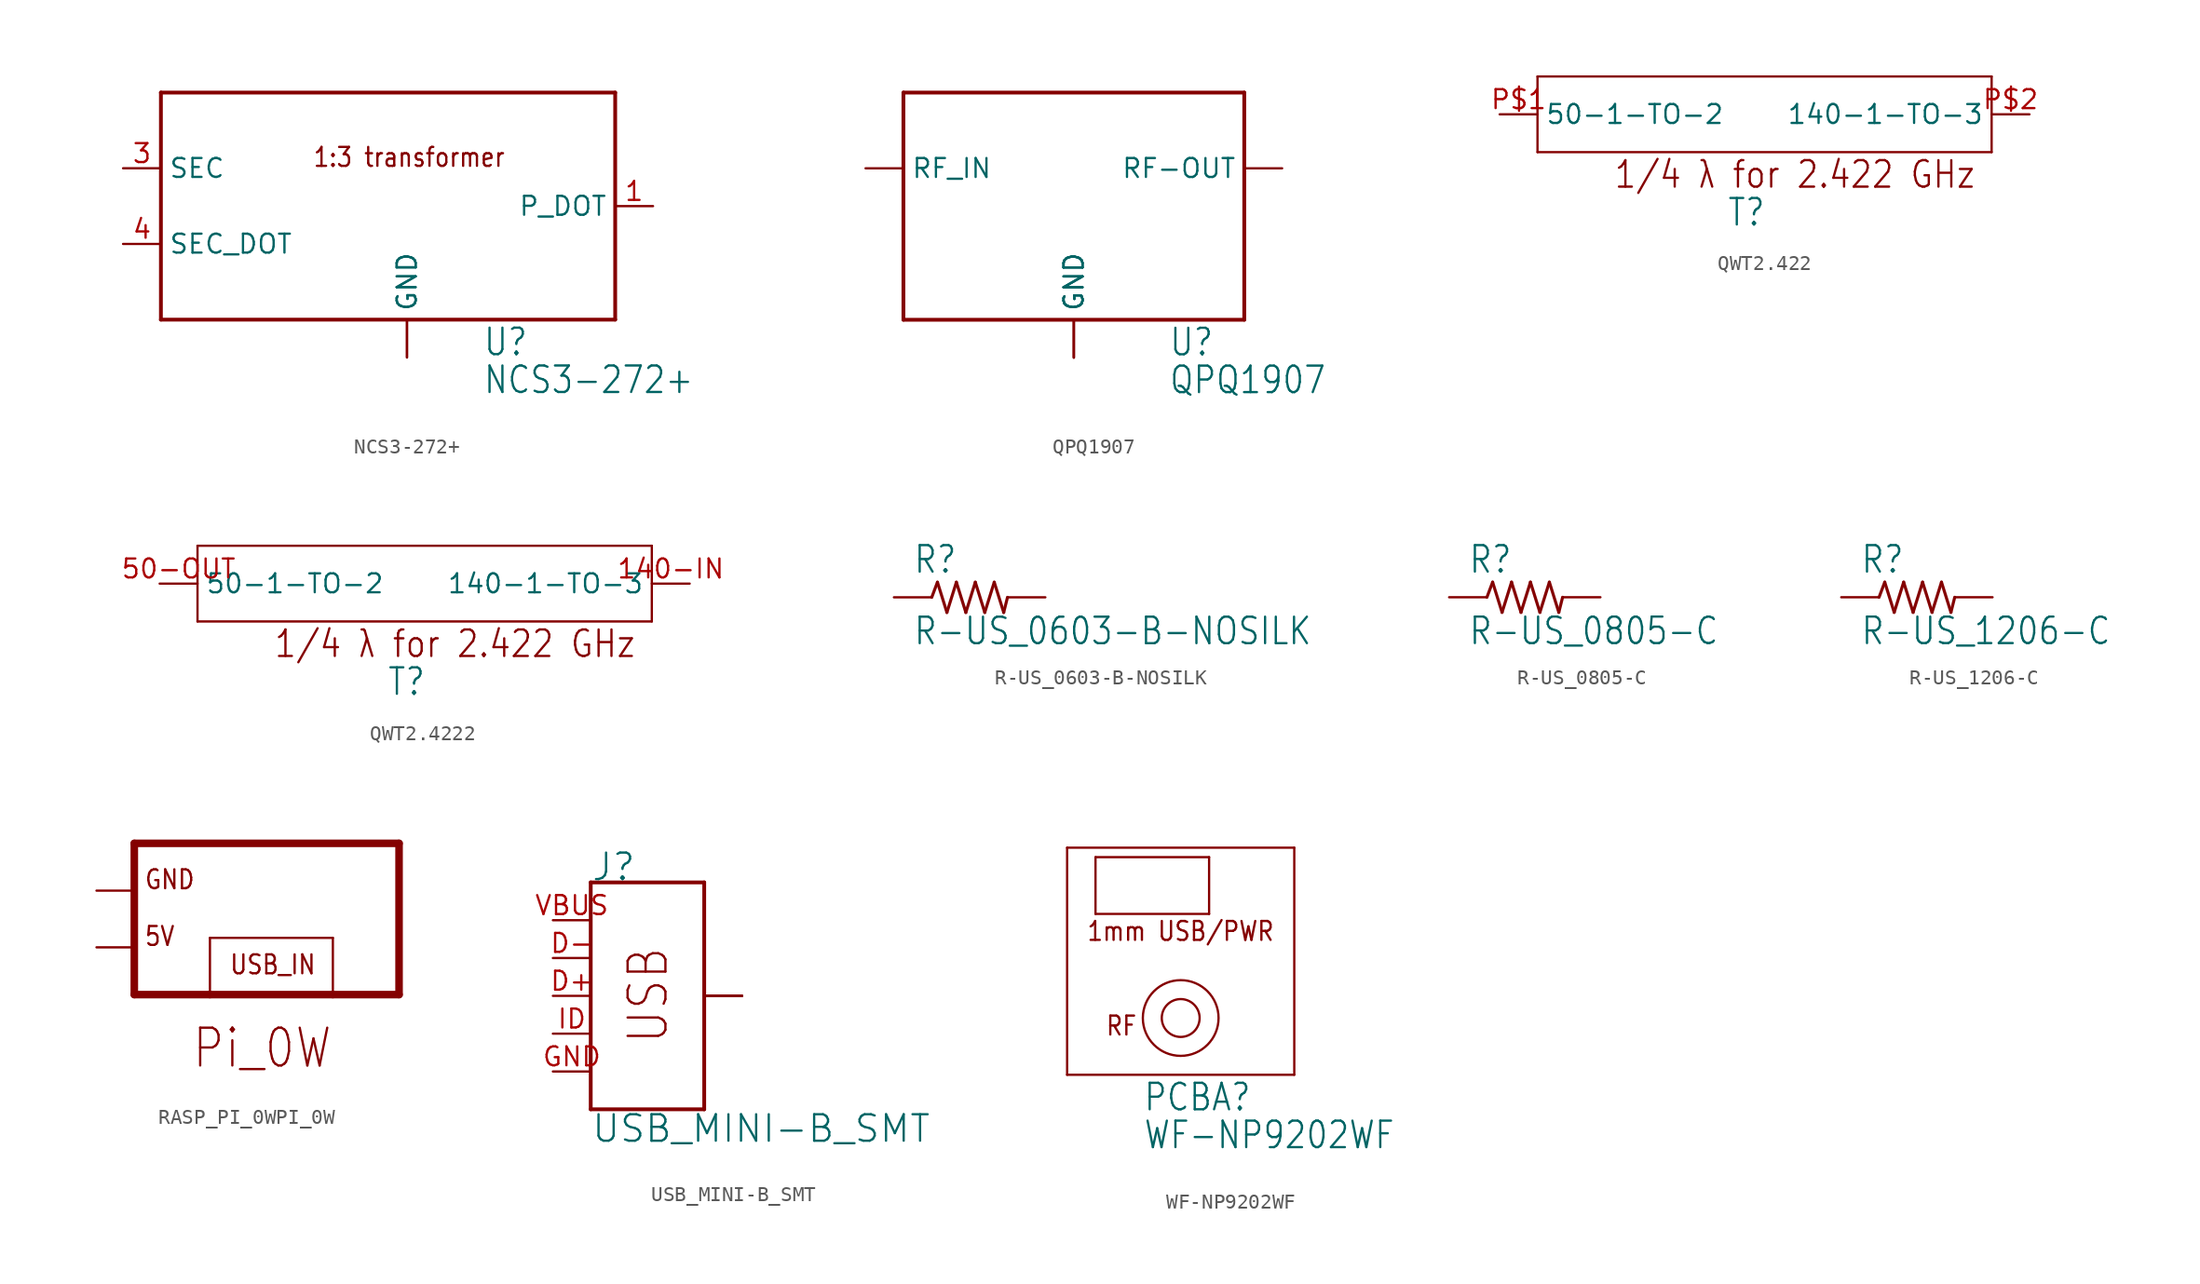
<source format=kicad_sym>
(kicad_symbol_lib
  (version 20211014)
  (generator kicad_symbol_editor)
  (symbol "NCS3-272+"
    (property "Reference" "U"
      (at 5.08 -10.16 0)
      (effects (font (size 1.778 1.511)) (justify left bottom)))
    (property "Value" "NCS3-272+"
      (at 5.08 -12.7 0)
      (effects (font (size 1.778 1.511)) (justify left bottom)))
    (property "ki_locked" ""
      (at 0 0 0)
      (effects (font (size 1.27 1.27))))
    (symbol "NCS3-272+_1_0"
      (polyline (pts (xy -16.51 -7.62) (xy 13.97 -7.62)) (stroke (width 0.254) (type default) (color 0 0 0 0)) (fill (type none)))
      (polyline (pts (xy -16.51 7.62) (xy -16.51 -7.62)) (stroke (width 0.254) (type default) (color 0 0 0 0)) (fill (type none)))
      (polyline (pts (xy 13.97 -7.62) (xy 13.97 7.62)) (stroke (width 0.254) (type default) (color 0 0 0 0)) (fill (type none)))
      (polyline (pts (xy 13.97 7.62) (xy -16.51 7.62)) (stroke (width 0.254) (type default) (color 0 0 0 0)) (fill (type none)))
      (text "1:3 transformer" (at -6.35 2.54 0) (effects (font (size 1.27 1.079)) (justify left bottom)))
      (pin passive line (at 16.51 0 180) (length 2.54) (name "P_DOT" (effects (font (size 1.27 1.27)))) (number "1" (effects (font (size 1.27 1.27)))))
      (pin power_in line (at 0 -10.16 90) (length 2.54) (name "GND" (effects (font (size 1.27 1.27)))) (number "2" (effects (font (size 0 0)))))
      (pin passive line (at -19.05 2.54 0) (length 2.54) (name "SEC" (effects (font (size 1.27 1.27)))) (number "3" (effects (font (size 1.27 1.27)))))
      (pin passive line (at -19.05 -2.54 0) (length 2.54) (name "SEC_DOT" (effects (font (size 1.27 1.27)))) (number "4" (effects (font (size 1.27 1.27)))))
      (pin power_in line (at 0 -10.16 90) (length 2.54) (name "GND" (effects (font (size 1.27 1.27)))) (number "5" (effects (font (size 0 0)))))))
  (symbol "QPQ1907"
    (property "Reference" "U"
      (at 6.35 -10.16 0)
      (effects (font (size 1.778 1.511)) (justify left bottom)))
    (property "Value" "QPQ1907"
      (at 6.35 -12.7 0)
      (effects (font (size 1.778 1.511)) (justify left bottom)))
    (property "ki_locked" ""
      (at 0 0 0)
      (effects (font (size 1.27 1.27))))
    (symbol "QPQ1907_1_0"
      (polyline (pts (xy -11.43 -7.62) (xy -11.43 7.62)) (stroke (width 0.254) (type default) (color 0 0 0 0)) (fill (type none)))
      (polyline (pts (xy -11.43 7.62) (xy 11.43 7.62)) (stroke (width 0.254) (type default) (color 0 0 0 0)) (fill (type none)))
      (polyline (pts (xy 11.43 -7.62) (xy -11.43 -7.62)) (stroke (width 0.254) (type default) (color 0 0 0 0)) (fill (type none)))
      (polyline (pts (xy 11.43 7.62) (xy 11.43 -7.62)) (stroke (width 0.254) (type default) (color 0 0 0 0)) (fill (type none)))
      (pin power_in line (at 0 -10.16 90) (length 2.54) (name "GND" (effects (font (size 1.27 1.27)))) (number "GND" (effects (font (size 0 0)))))
      (pin power_in line (at 0 -10.16 90) (length 2.54) (name "GND" (effects (font (size 1.27 1.27)))) (number "GND2" (effects (font (size 0 0)))))
      (pin power_in line (at 0 -10.16 90) (length 2.54) (name "GND" (effects (font (size 1.27 1.27)))) (number "GND3" (effects (font (size 0 0)))))
      (pin passive line (at -13.97 2.54 0) (length 2.54) (name "RF_IN" (effects (font (size 1.27 1.27)))) (number "INPUT" (effects (font (size 0 0)))))
      (pin passive line (at 13.97 2.54 180) (length 2.54) (name "RF-OUT" (effects (font (size 1.27 1.27)))) (number "OUTPUT" (effects (font (size 0 0)))))))
  (symbol "QWT2.422"
    (property "Reference" "T"
      (at -2.54 -7.62 0)
      (effects (font (size 1.778 1.511)) (justify left bottom)))
    (property "ki_locked" ""
      (at 0 0 0)
      (effects (font (size 1.27 1.27))))
    (symbol "QWT2.422_1_0"
      (polyline (pts (xy -15.24 -2.54) (xy 15.24 -2.54)) (stroke (width 0.152) (type default) (color 0 0 0 0)) (fill (type none)))
      (polyline (pts (xy -15.24 2.54) (xy -15.24 -2.54)) (stroke (width 0.152) (type default) (color 0 0 0 0)) (fill (type none)))
      (polyline (pts (xy 15.24 -2.54) (xy 15.24 2.54)) (stroke (width 0.152) (type default) (color 0 0 0 0)) (fill (type none)))
      (polyline (pts (xy 15.24 2.54) (xy -15.24 2.54)) (stroke (width 0.152) (type default) (color 0 0 0 0)) (fill (type none)))
      (text "1/4 λ for 2.422 GHz" (at -10.16 -5.08 0) (effects (font (size 1.778 1.511)) (justify left bottom)))
      (pin passive line (at -17.78 0 0) (length 2.54) (name "50-1-TO-2" (effects (font (size 1.27 1.27)))) (number "P$1" (effects (font (size 1.27 1.27)))))
      (pin passive line (at 17.78 0 180) (length 2.54) (name "140-1-TO-3" (effects (font (size 1.27 1.27)))) (number "P$2" (effects (font (size 1.27 1.27)))))))
  (symbol "QWT2.4222"
    (property "Reference" "T"
      (at -2.54 -7.62 0)
      (effects (font (size 1.778 1.511)) (justify left bottom)))
    (property "ki_locked" ""
      (at 0 0 0)
      (effects (font (size 1.27 1.27))))
    (symbol "QWT2.4222_1_0"
      (polyline (pts (xy -15.24 -2.54) (xy 15.24 -2.54)) (stroke (width 0.152) (type default) (color 0 0 0 0)) (fill (type none)))
      (polyline (pts (xy -15.24 2.54) (xy -15.24 -2.54)) (stroke (width 0.152) (type default) (color 0 0 0 0)) (fill (type none)))
      (polyline (pts (xy 15.24 -2.54) (xy 15.24 2.54)) (stroke (width 0.152) (type default) (color 0 0 0 0)) (fill (type none)))
      (polyline (pts (xy 15.24 2.54) (xy -15.24 2.54)) (stroke (width 0.152) (type default) (color 0 0 0 0)) (fill (type none)))
      (text "1/4 λ for 2.422 GHz" (at -10.16 -5.08 0) (effects (font (size 1.778 1.511)) (justify left bottom)))
      (pin passive line (at 17.78 0 180) (length 2.54) (name "140-1-TO-3" (effects (font (size 1.27 1.27)))) (number "140-IN" (effects (font (size 1.27 1.27)))))
      (pin passive line (at -17.78 0 0) (length 2.54) (name "50-1-TO-2" (effects (font (size 1.27 1.27)))) (number "50-OUT" (effects (font (size 1.27 1.27)))))))
  (symbol "R-US_0603-B-NOSILK"
    (property "Reference" "R"
      (at -3.81 1.499 0)
      (effects (font (size 1.778 1.511)) (justify left bottom)))
    (property "Value" "R-US_0603-B-NOSILK"
      (at -3.81 -3.302 0)
      (effects (font (size 1.778 1.511)) (justify left bottom)))
    (property "ki_locked" ""
      (at 0 0 0)
      (effects (font (size 1.27 1.27))))
    (symbol "R-US_0603-B-NOSILK_1_0"
      (polyline (pts (xy -2.54 0) (xy -2.159 1.016)) (stroke (width 0.203) (type default) (color 0 0 0 0)) (fill (type none)))
      (polyline (pts (xy -2.159 1.016) (xy -1.524 -1.016)) (stroke (width 0.203) (type default) (color 0 0 0 0)) (fill (type none)))
      (polyline (pts (xy -1.524 -1.016) (xy -0.889 1.016)) (stroke (width 0.203) (type default) (color 0 0 0 0)) (fill (type none)))
      (polyline (pts (xy -0.889 1.016) (xy -0.254 -1.016)) (stroke (width 0.203) (type default) (color 0 0 0 0)) (fill (type none)))
      (polyline (pts (xy -0.254 -1.016) (xy 0.381 1.016)) (stroke (width 0.203) (type default) (color 0 0 0 0)) (fill (type none)))
      (polyline (pts (xy 0.381 1.016) (xy 1.016 -1.016)) (stroke (width 0.203) (type default) (color 0 0 0 0)) (fill (type none)))
      (polyline (pts (xy 1.016 -1.016) (xy 1.651 1.016)) (stroke (width 0.203) (type default) (color 0 0 0 0)) (fill (type none)))
      (polyline (pts (xy 1.651 1.016) (xy 2.286 -1.016)) (stroke (width 0.203) (type default) (color 0 0 0 0)) (fill (type none)))
      (polyline (pts (xy 2.286 -1.016) (xy 2.54 0)) (stroke (width 0.203) (type default) (color 0 0 0 0)) (fill (type none)))
      (pin passive line (at -5.08 0 0) (length 2.54) (name "1" (effects (font (size 0 0)))) (number "1" (effects (font (size 0 0)))))
      (pin passive line (at 5.08 0 180) (length 2.54) (name "2" (effects (font (size 0 0)))) (number "2" (effects (font (size 0 0)))))))
  (symbol "R-US_0805-C"
    (property "Reference" "R"
      (at -3.81 1.499 0)
      (effects (font (size 1.778 1.511)) (justify left bottom)))
    (property "Value" "R-US_0805-C"
      (at -3.81 -3.302 0)
      (effects (font (size 1.778 1.511)) (justify left bottom)))
    (property "ki_locked" ""
      (at 0 0 0)
      (effects (font (size 1.27 1.27))))
    (symbol "R-US_0805-C_1_0"
      (polyline (pts (xy -2.54 0) (xy -2.159 1.016)) (stroke (width 0.203) (type default) (color 0 0 0 0)) (fill (type none)))
      (polyline (pts (xy -2.159 1.016) (xy -1.524 -1.016)) (stroke (width 0.203) (type default) (color 0 0 0 0)) (fill (type none)))
      (polyline (pts (xy -1.524 -1.016) (xy -0.889 1.016)) (stroke (width 0.203) (type default) (color 0 0 0 0)) (fill (type none)))
      (polyline (pts (xy -0.889 1.016) (xy -0.254 -1.016)) (stroke (width 0.203) (type default) (color 0 0 0 0)) (fill (type none)))
      (polyline (pts (xy -0.254 -1.016) (xy 0.381 1.016)) (stroke (width 0.203) (type default) (color 0 0 0 0)) (fill (type none)))
      (polyline (pts (xy 0.381 1.016) (xy 1.016 -1.016)) (stroke (width 0.203) (type default) (color 0 0 0 0)) (fill (type none)))
      (polyline (pts (xy 1.016 -1.016) (xy 1.651 1.016)) (stroke (width 0.203) (type default) (color 0 0 0 0)) (fill (type none)))
      (polyline (pts (xy 1.651 1.016) (xy 2.286 -1.016)) (stroke (width 0.203) (type default) (color 0 0 0 0)) (fill (type none)))
      (polyline (pts (xy 2.286 -1.016) (xy 2.54 0)) (stroke (width 0.203) (type default) (color 0 0 0 0)) (fill (type none)))
      (pin passive line (at -5.08 0 0) (length 2.54) (name "1" (effects (font (size 0 0)))) (number "1" (effects (font (size 0 0)))))
      (pin passive line (at 5.08 0 180) (length 2.54) (name "2" (effects (font (size 0 0)))) (number "2" (effects (font (size 0 0)))))))
  (symbol "R-US_1206-C"
    (property "Reference" "R"
      (at -3.81 1.499 0)
      (effects (font (size 1.778 1.511)) (justify left bottom)))
    (property "Value" "R-US_1206-C"
      (at -3.81 -3.302 0)
      (effects (font (size 1.778 1.511)) (justify left bottom)))
    (property "ki_locked" ""
      (at 0 0 0)
      (effects (font (size 1.27 1.27))))
    (symbol "R-US_1206-C_1_0"
      (polyline (pts (xy -2.54 0) (xy -2.159 1.016)) (stroke (width 0.203) (type default) (color 0 0 0 0)) (fill (type none)))
      (polyline (pts (xy -2.159 1.016) (xy -1.524 -1.016)) (stroke (width 0.203) (type default) (color 0 0 0 0)) (fill (type none)))
      (polyline (pts (xy -1.524 -1.016) (xy -0.889 1.016)) (stroke (width 0.203) (type default) (color 0 0 0 0)) (fill (type none)))
      (polyline (pts (xy -0.889 1.016) (xy -0.254 -1.016)) (stroke (width 0.203) (type default) (color 0 0 0 0)) (fill (type none)))
      (polyline (pts (xy -0.254 -1.016) (xy 0.381 1.016)) (stroke (width 0.203) (type default) (color 0 0 0 0)) (fill (type none)))
      (polyline (pts (xy 0.381 1.016) (xy 1.016 -1.016)) (stroke (width 0.203) (type default) (color 0 0 0 0)) (fill (type none)))
      (polyline (pts (xy 1.016 -1.016) (xy 1.651 1.016)) (stroke (width 0.203) (type default) (color 0 0 0 0)) (fill (type none)))
      (polyline (pts (xy 1.651 1.016) (xy 2.286 -1.016)) (stroke (width 0.203) (type default) (color 0 0 0 0)) (fill (type none)))
      (polyline (pts (xy 2.286 -1.016) (xy 2.54 0)) (stroke (width 0.203) (type default) (color 0 0 0 0)) (fill (type none)))
      (pin passive line (at -5.08 0 0) (length 2.54) (name "1" (effects (font (size 0 0)))) (number "1" (effects (font (size 0 0)))))
      (pin passive line (at 5.08 0 180) (length 2.54) (name "2" (effects (font (size 0 0)))) (number "2" (effects (font (size 0 0)))))))
  (symbol "RASP_PI_0WPI_0W"
    (property "Reference" ""
      (at 0 0 0)
      (effects (font (size 1.27 1.27)) hide))
    (property "ki_locked" ""
      (at 0 0 0)
      (effects (font (size 1.27 1.27))))
    (symbol "RASP_PI_0WPI_0W_1_0"
      (polyline (pts (xy -8.89 -5.08) (xy -8.89 5.08)) (stroke (width 0.508) (type default) (color 0 0 0 0)) (fill (type none)))
      (polyline (pts (xy -8.89 5.08) (xy 8.89 5.08)) (stroke (width 0.508) (type default) (color 0 0 0 0)) (fill (type none)))
      (polyline (pts (xy -3.81 -5.08) (xy -8.89 -5.08)) (stroke (width 0.508) (type default) (color 0 0 0 0)) (fill (type none)))
      (polyline (pts (xy -3.81 -5.08) (xy -3.81 -1.27)) (stroke (width 0.152) (type default) (color 0 0 0 0)) (fill (type none)))
      (polyline (pts (xy -3.81 -1.27) (xy 4.445 -1.27)) (stroke (width 0.152) (type default) (color 0 0 0 0)) (fill (type none)))
      (polyline (pts (xy 4.445 -5.08) (xy -3.81 -5.08)) (stroke (width 0.508) (type default) (color 0 0 0 0)) (fill (type none)))
      (polyline (pts (xy 4.445 -1.27) (xy 4.445 -5.08)) (stroke (width 0.152) (type default) (color 0 0 0 0)) (fill (type none)))
      (polyline (pts (xy 8.89 -5.08) (xy 4.445 -5.08)) (stroke (width 0.508) (type default) (color 0 0 0 0)) (fill (type none)))
      (polyline (pts (xy 8.89 5.08) (xy 8.89 -5.08)) (stroke (width 0.508) (type default) (color 0 0 0 0)) (fill (type none)))
      (text "5V" (at -8.255 -1.905 0) (effects (font (size 1.27 1.079)) (justify left bottom)))
      (text "GND" (at -8.255 1.905 0) (effects (font (size 1.27 1.079)) (justify left bottom)))
      (text "Pi_0W" (at -5.08 -10.16 0) (effects (font (size 2.54 2.159)) (justify left bottom)))
      (text "USB_IN" (at -2.54 -3.81 0) (effects (font (size 1.27 1.079)) (justify left bottom)))
      (pin bidirectional line (at -11.43 -1.905 0) (length 2.54) (name "5V" (effects (font (size 0 0)))) (number "5V" (effects (font (size 0 0)))))
      (pin bidirectional line (at -11.43 1.905 0) (length 2.54) (name "GND" (effects (font (size 0 0)))) (number "GND" (effects (font (size 0 0)))))))
  (symbol "USB_MINI-B_SMT"
    (property "Reference" "J"
      (at -2.54 7.62 0)
      (effects (font (size 1.778 1.778)) (justify left bottom)))
    (property "Value" "USB_MINI-B_SMT"
      (at -2.54 -7.874 0)
      (effects (font (size 1.778 1.778)) (justify left top)))
    (property "ki_locked" ""
      (at 0 0 0)
      (effects (font (size 1.27 1.27))))
    (symbol "USB_MINI-B_SMT_1_0"
      (polyline (pts (xy -2.54 -7.62) (xy 5.08 -7.62)) (stroke (width 0.254) (type default) (color 0 0 0 0)) (fill (type none)))
      (polyline (pts (xy -2.54 7.62) (xy -2.54 -7.62)) (stroke (width 0.254) (type default) (color 0 0 0 0)) (fill (type none)))
      (polyline (pts (xy 5.08 7.62) (xy -2.54 7.62)) (stroke (width 0.254) (type default) (color 0 0 0 0)) (fill (type none)))
      (polyline (pts (xy 5.08 7.62) (xy 5.08 -7.62)) (stroke (width 0.254) (type default) (color 0 0 0 0)) (fill (type none)))
      (text "USB" (at 2.794 -3.302 900) (effects (font (size 2.54 2.159)) (justify left bottom)))
      (pin bidirectional line (at -5.08 0 0) (length 2.54) (name "D+" (effects (font (size 0 0)))) (number "D+" (effects (font (size 1.27 1.27)))))
      (pin bidirectional line (at -5.08 2.54 0) (length 2.54) (name "D-" (effects (font (size 0 0)))) (number "D-" (effects (font (size 1.27 1.27)))))
      (pin power_in line (at -5.08 -5.08 0) (length 2.54) (name "GND" (effects (font (size 0 0)))) (number "GND" (effects (font (size 1.27 1.27)))))
      (pin bidirectional line (at -5.08 -2.54 0) (length 2.54) (name "ID" (effects (font (size 0 0)))) (number "ID" (effects (font (size 1.27 1.27)))))
      (pin bidirectional line (at 7.62 0 180) (length 2.54) (name "SHIELD" (effects (font (size 0 0)))) (number "S1" (effects (font (size 0 0)))))
      (pin bidirectional line (at 7.62 0 180) (length 2.54) (name "SHIELD" (effects (font (size 0 0)))) (number "S2" (effects (font (size 0 0)))))
      (pin bidirectional line (at 7.62 0 180) (length 2.54) (name "SHIELD" (effects (font (size 0 0)))) (number "S3" (effects (font (size 0 0)))))
      (pin bidirectional line (at 7.62 0 180) (length 2.54) (name "SHIELD" (effects (font (size 0 0)))) (number "S4" (effects (font (size 0 0)))))
      (pin power_in line (at -5.08 5.08 0) (length 2.54) (name "VBUS" (effects (font (size 0 0)))) (number "VBUS" (effects (font (size 1.27 1.27)))))))
  (symbol "WF-NP9202WF"
    (property "Reference" "PCBA"
      (at -2.54 -10.16 0)
      (effects (font (size 1.778 1.511)) (justify left bottom)))
    (property "Value" "WF-NP9202WF"
      (at -2.54 -12.7 0)
      (effects (font (size 1.778 1.511)) (justify left bottom)))
    (property "ki_locked" ""
      (at 0 0 0)
      (effects (font (size 1.27 1.27))))
    (symbol "WF-NP9202WF_1_0"
      (circle (center 0 -3.81) (radius 1.27) (stroke (width 0.152) (type default) (color 0 0 0 0)) (fill (type none)))
      (circle (center 0 -3.81) (radius 2.54) (stroke (width 0.152) (type default) (color 0 0 0 0)) (fill (type none)))
      (polyline (pts (xy -7.62 -7.62) (xy -7.62 7.62)) (stroke (width 0.152) (type default) (color 0 0 0 0)) (fill (type none)))
      (polyline (pts (xy -7.62 7.62) (xy 7.62 7.62)) (stroke (width 0.152) (type default) (color 0 0 0 0)) (fill (type none)))
      (polyline (pts (xy -5.715 3.175) (xy -5.715 6.985)) (stroke (width 0.152) (type default) (color 0 0 0 0)) (fill (type none)))
      (polyline (pts (xy -5.715 6.985) (xy 1.905 6.985)) (stroke (width 0.152) (type default) (color 0 0 0 0)) (fill (type none)))
      (polyline (pts (xy 1.905 3.175) (xy -5.715 3.175)) (stroke (width 0.152) (type default) (color 0 0 0 0)) (fill (type none)))
      (polyline (pts (xy 1.905 6.985) (xy 1.905 3.175)) (stroke (width 0.152) (type default) (color 0 0 0 0)) (fill (type none)))
      (polyline (pts (xy 7.62 -7.62) (xy -7.62 -7.62)) (stroke (width 0.152) (type default) (color 0 0 0 0)) (fill (type none)))
      (polyline (pts (xy 7.62 7.62) (xy 7.62 -7.62)) (stroke (width 0.152) (type default) (color 0 0 0 0)) (fill (type none)))
      (text "1mm USB/PWR" (at -6.35 1.27 0) (effects (font (size 1.27 1.079)) (justify left bottom)))
      (text "RF" (at -5.08 -5.08 0) (effects (font (size 1.27 1.079)) (justify left bottom))))))
</source>
